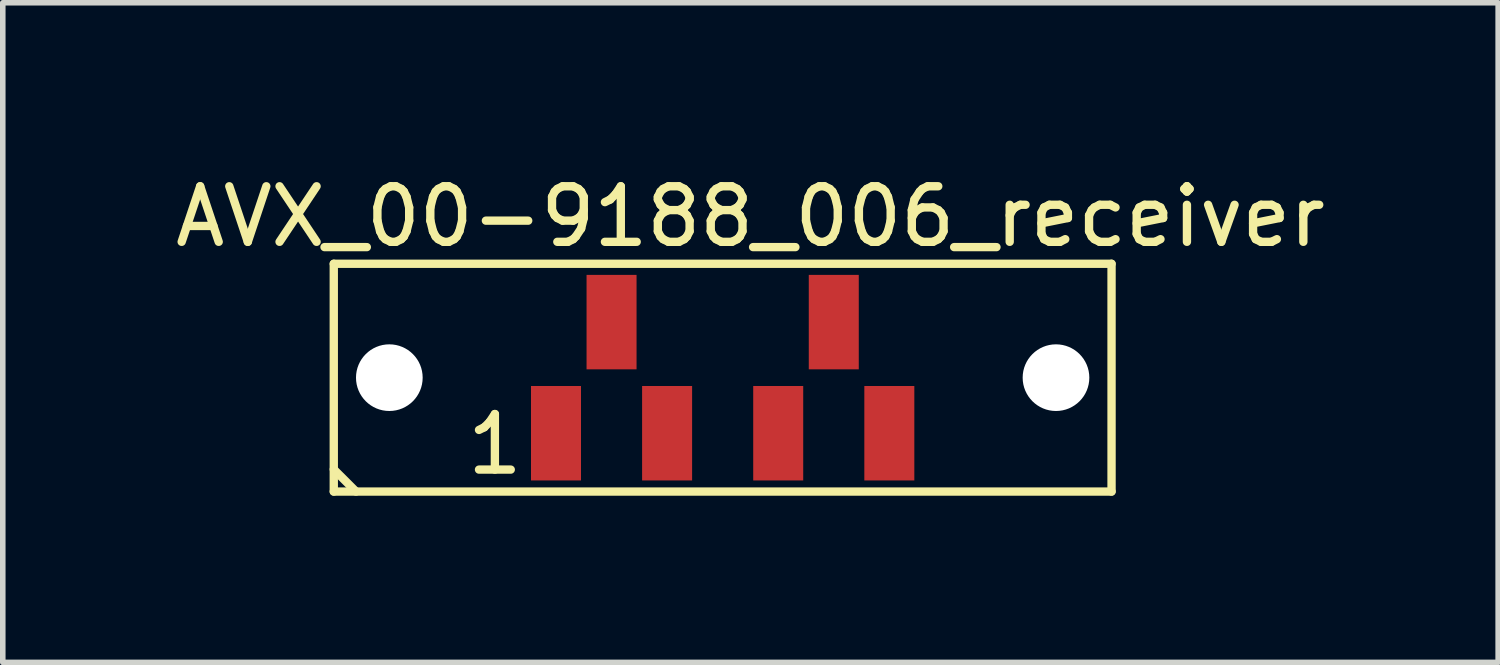
<source format=kicad_pcb>
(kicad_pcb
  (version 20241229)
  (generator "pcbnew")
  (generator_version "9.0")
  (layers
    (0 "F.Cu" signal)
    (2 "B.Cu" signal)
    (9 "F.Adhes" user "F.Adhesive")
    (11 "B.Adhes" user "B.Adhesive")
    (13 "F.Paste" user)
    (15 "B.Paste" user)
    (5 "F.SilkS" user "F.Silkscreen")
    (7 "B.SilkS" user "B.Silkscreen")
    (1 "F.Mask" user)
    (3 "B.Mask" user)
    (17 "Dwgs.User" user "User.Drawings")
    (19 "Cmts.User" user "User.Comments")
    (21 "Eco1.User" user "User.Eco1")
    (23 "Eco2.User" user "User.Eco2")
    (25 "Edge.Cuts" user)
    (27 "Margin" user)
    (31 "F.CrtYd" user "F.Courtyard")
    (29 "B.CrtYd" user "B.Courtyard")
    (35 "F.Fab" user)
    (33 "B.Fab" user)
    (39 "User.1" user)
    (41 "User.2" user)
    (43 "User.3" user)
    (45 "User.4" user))
  (footprint "AVX_00-9188_006_receiver"
    (layer "F.Cu")
    (at 6.958 4.748)
    (property "Reference" "AVX_00-9188_006_receiver" (at 3.5 -3.9 0) (layer "F.SilkS") (effects (font (size 1 1) (thickness 0.15))))
    (attr through_hole)
    (fp_line (start -4 -3.05) (end -4 1.05) (stroke (width 0.15) (type solid)) (layer "F.SilkS"))
    (fp_line (start -4 0.65) (end -3.6 1.05) (stroke (width 0.15) (type solid)) (layer "F.SilkS"))
    (fp_line (start -4 1.05) (end 10 1.05) (stroke (width 0.15) (type solid)) (layer "F.SilkS"))
    (fp_line (start 10 -3.05) (end -4 -3.05) (stroke (width 0.15) (type solid)) (layer "F.SilkS"))
    (fp_line (start 10 -3.05) (end 10 1.05) (stroke (width 0.15) (type solid)) (layer "F.SilkS"))
    (fp_text user "1" (at -1.1 0.2 0) (layer "F.SilkS") (effects (font (size 1 1) (thickness 0.15))))
    (pad "" np_thru_hole circle (at -3 -1) (size 1.2 1.2) (drill 1.2) (layers "*.Cu" "*.Mask"))
    (pad "" np_thru_hole circle (at 9 -1) (size 1.2 1.2) (drill 1.2) (layers "*.Cu" "*.Mask"))
    (pad "1" smd rect (at 0 0) (size 0.9 1.7) (layers "F.Cu" "F.Mask" "F.Paste"))
    (pad "2" smd rect (at 1 -2) (size 0.9 1.7) (layers "F.Cu" "F.Mask" "F.Paste"))
    (pad "3" smd rect (at 2 0) (size 0.9 1.7) (layers "F.Cu" "F.Mask" "F.Paste"))
    (pad "4" smd rect (at 4 0) (size 0.9 1.7) (layers "F.Cu" "F.Mask" "F.Paste"))
    (pad "5" smd rect (at 5 -2) (size 0.9 1.7) (layers "F.Cu" "F.Mask" "F.Paste"))
    (pad "6" smd rect (at 6 0) (size 0.9 1.7) (layers "F.Cu" "F.Mask" "F.Paste")))
  (gr_rect
    (start -3 -3)
    (end 23.917 8.873)
    (stroke (width 0.1) (type default))
    (fill no)
    (layer "Edge.Cuts")))
</source>
